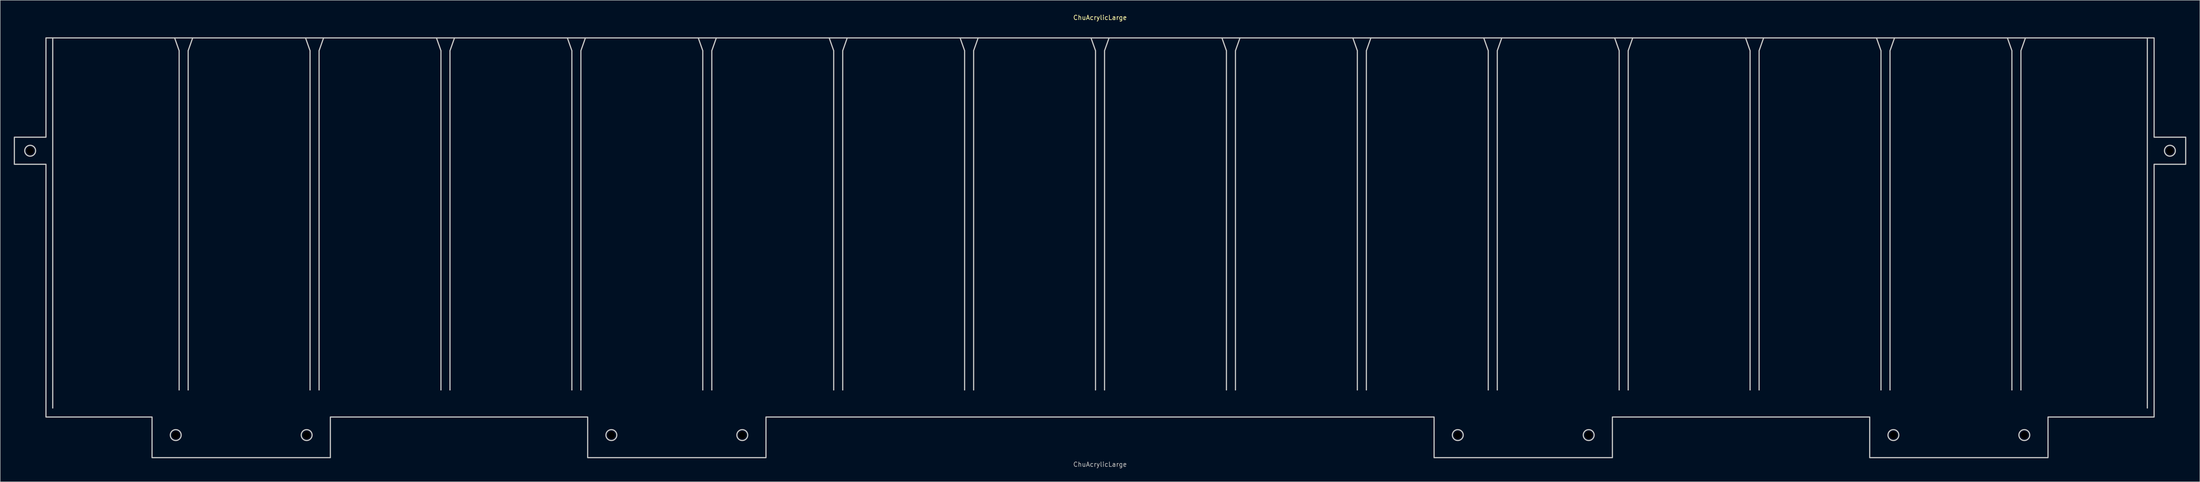
<source format=kicad_pcb>
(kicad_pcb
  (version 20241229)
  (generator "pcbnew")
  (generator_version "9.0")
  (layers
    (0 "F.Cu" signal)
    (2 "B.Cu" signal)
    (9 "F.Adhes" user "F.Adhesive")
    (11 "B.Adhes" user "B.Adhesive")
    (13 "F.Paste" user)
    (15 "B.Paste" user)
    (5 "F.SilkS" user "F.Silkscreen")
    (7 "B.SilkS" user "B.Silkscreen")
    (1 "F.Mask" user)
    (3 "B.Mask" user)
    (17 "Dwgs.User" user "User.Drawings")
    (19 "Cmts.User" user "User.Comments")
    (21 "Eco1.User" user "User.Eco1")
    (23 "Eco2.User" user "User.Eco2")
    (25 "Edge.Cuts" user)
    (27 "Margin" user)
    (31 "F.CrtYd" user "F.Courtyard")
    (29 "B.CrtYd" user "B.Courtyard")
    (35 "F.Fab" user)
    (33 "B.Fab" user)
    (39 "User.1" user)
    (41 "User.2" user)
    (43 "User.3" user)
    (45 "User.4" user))
  (footprint "ChuAcrylicLarge"
    (layer "F.Cu")
    (at 240.632 51.848)
    (property "Reference" "ChuAcrylicLarge" (at 0 -51 0) (unlocked yes) (layer "F.SilkS") (effects (font (size 1 1) (thickness 0.15))))
    (fp_poly (pts (xy 113.5 37.5) (xy 170.5 37.5) (xy 170.5 46.5) (xy 210 46.5) (xy 210 37.5) (xy 233.5 37.5) (xy 233.5 -18.5) (xy 240.5 -18.5) (xy 240.5 -24.5) (xy 233.5 -24.5) (xy 233.5 -46.5) (xy -233.5 -46.5) (xy -233.5 -24.5) (xy -240.5 -24.5) (xy -240.5 -18.5) (xy -233.5 -18.5) (xy -233.5 37.5) (xy -210 37.5) (xy -210 46.5) (xy -170.5 46.5) (xy -170.5 37.5) (xy -113.5 37.5) (xy -113.5 46.5) (xy -74 46.5) (xy -74 37.5) (xy 74 37.5) (xy 74 46.5) (xy 113.5 46.5)) (stroke (width 0.1) (type solid)) (fill no) (layer "F.SilkS"))
    (fp_line (start -232 -46.5) (end -232 35.5) (stroke (width 0.265) (type solid) (color 255 0 0 1)) (layer "Dwgs.User"))
    (fp_line (start -205 -46.5) (end -204 -43.664) (stroke (width 0.265) (type solid) (color 255 0 0 1)) (layer "Dwgs.User"))
    (fp_line (start -204 -43.664) (end -204 31.5) (stroke (width 0.265) (type solid) (color 255 0 0 1)) (layer "Dwgs.User"))
    (fp_line (start -202 -43.664) (end -202 31.5) (stroke (width 0.265) (type solid) (color 255 0 0 1)) (layer "Dwgs.User"))
    (fp_line (start -201 -46.5) (end -202 -43.664) (stroke (width 0.265) (type solid) (color 255 0 0 1)) (layer "Dwgs.User"))
    (fp_line (start -176 -46.5) (end -175 -43.664) (stroke (width 0.265) (type solid) (color 255 0 0 1)) (layer "Dwgs.User"))
    (fp_line (start -175 -43.664) (end -175 31.5) (stroke (width 0.265) (type solid) (color 255 0 0 1)) (layer "Dwgs.User"))
    (fp_line (start -173 -43.664) (end -173 31.5) (stroke (width 0.265) (type solid) (color 255 0 0 1)) (layer "Dwgs.User"))
    (fp_line (start -172 -46.5) (end -173 -43.664) (stroke (width 0.265) (type solid) (color 255 0 0 1)) (layer "Dwgs.User"))
    (fp_line (start -147 -46.5) (end -146 -43.664) (stroke (width 0.265) (type solid) (color 255 0 0 1)) (layer "Dwgs.User"))
    (fp_line (start -146 -43.664) (end -146 31.5) (stroke (width 0.265) (type solid) (color 255 0 0 1)) (layer "Dwgs.User"))
    (fp_line (start -144 -43.664) (end -144 31.5) (stroke (width 0.265) (type solid) (color 255 0 0 1)) (layer "Dwgs.User"))
    (fp_line (start -143 -46.5) (end -144 -43.664) (stroke (width 0.265) (type solid) (color 255 0 0 1)) (layer "Dwgs.User"))
    (fp_line (start -118 -46.5) (end -117 -43.664) (stroke (width 0.265) (type solid) (color 255 0 0 1)) (layer "Dwgs.User"))
    (fp_line (start -117 -43.664) (end -117 31.5) (stroke (width 0.265) (type solid) (color 255 0 0 1)) (layer "Dwgs.User"))
    (fp_line (start -115 -43.664) (end -115 31.5) (stroke (width 0.265) (type solid) (color 255 0 0 1)) (layer "Dwgs.User"))
    (fp_line (start -114 -46.5) (end -115 -43.664) (stroke (width 0.265) (type solid) (color 255 0 0 1)) (layer "Dwgs.User"))
    (fp_line (start -89 -46.5) (end -88 -43.664) (stroke (width 0.265) (type solid) (color 255 0 0 1)) (layer "Dwgs.User"))
    (fp_line (start -88 -43.664) (end -88 31.5) (stroke (width 0.265) (type solid) (color 255 0 0 1)) (layer "Dwgs.User"))
    (fp_line (start -86 -43.664) (end -86 31.5) (stroke (width 0.265) (type solid) (color 255 0 0 1)) (layer "Dwgs.User"))
    (fp_line (start -85 -46.5) (end -86 -43.664) (stroke (width 0.265) (type solid) (color 255 0 0 1)) (layer "Dwgs.User"))
    (fp_line (start -60 -46.5) (end -59 -43.664) (stroke (width 0.265) (type solid) (color 255 0 0 1)) (layer "Dwgs.User"))
    (fp_line (start -59 -43.664) (end -59 31.5) (stroke (width 0.265) (type solid) (color 255 0 0 1)) (layer "Dwgs.User"))
    (fp_line (start -57 -43.664) (end -57 31.5) (stroke (width 0.265) (type solid) (color 255 0 0 1)) (layer "Dwgs.User"))
    (fp_line (start -56 -46.5) (end -57 -43.664) (stroke (width 0.265) (type solid) (color 255 0 0 1)) (layer "Dwgs.User"))
    (fp_line (start -31 -46.5) (end -30 -43.664) (stroke (width 0.265) (type solid) (color 255 0 0 1)) (layer "Dwgs.User"))
    (fp_line (start -30 -43.664) (end -30 31.5) (stroke (width 0.265) (type solid) (color 255 0 0 1)) (layer "Dwgs.User"))
    (fp_line (start -28 -43.664) (end -28 31.5) (stroke (width 0.265) (type solid) (color 255 0 0 1)) (layer "Dwgs.User"))
    (fp_line (start -27 -46.5) (end -28 -43.664) (stroke (width 0.265) (type solid) (color 255 0 0 1)) (layer "Dwgs.User"))
    (fp_line (start -2 -46.5) (end -1 -43.664) (stroke (width 0.265) (type solid) (color 255 0 0 1)) (layer "Dwgs.User"))
    (fp_line (start -1 -43.664) (end -1 31.5) (stroke (width 0.265) (type solid) (color 255 0 0 1)) (layer "Dwgs.User"))
    (fp_line (start 1 -43.664) (end 1 31.5) (stroke (width 0.265) (type solid) (color 255 0 0 1)) (layer "Dwgs.User"))
    (fp_line (start 2 -46.5) (end 1 -43.664) (stroke (width 0.265) (type solid) (color 255 0 0 1)) (layer "Dwgs.User"))
    (fp_line (start 27 -46.5) (end 28 -43.664) (stroke (width 0.265) (type solid) (color 255 0 0 1)) (layer "Dwgs.User"))
    (fp_line (start 28 -43.664) (end 28 31.5) (stroke (width 0.265) (type solid) (color 255 0 0 1)) (layer "Dwgs.User"))
    (fp_line (start 30 -43.664) (end 30 31.5) (stroke (width 0.265) (type solid) (color 255 0 0 1)) (layer "Dwgs.User"))
    (fp_line (start 31 -46.5) (end 30 -43.664) (stroke (width 0.265) (type solid) (color 255 0 0 1)) (layer "Dwgs.User"))
    (fp_line (start 56 -46.5) (end 57 -43.664) (stroke (width 0.265) (type solid) (color 255 0 0 1)) (layer "Dwgs.User"))
    (fp_line (start 57 -43.664) (end 57 31.5) (stroke (width 0.265) (type solid) (color 255 0 0 1)) (layer "Dwgs.User"))
    (fp_line (start 59 -43.664) (end 59 31.5) (stroke (width 0.265) (type solid) (color 255 0 0 1)) (layer "Dwgs.User"))
    (fp_line (start 60 -46.5) (end 59 -43.664) (stroke (width 0.265) (type solid) (color 255 0 0 1)) (layer "Dwgs.User"))
    (fp_line (start 85 -46.5) (end 86 -43.664) (stroke (width 0.265) (type solid) (color 255 0 0 1)) (layer "Dwgs.User"))
    (fp_line (start 86 -43.664) (end 86 31.5) (stroke (width 0.265) (type solid) (color 255 0 0 1)) (layer "Dwgs.User"))
    (fp_line (start 88 -43.664) (end 88 31.5) (stroke (width 0.265) (type solid) (color 255 0 0 1)) (layer "Dwgs.User"))
    (fp_line (start 89 -46.5) (end 88 -43.664) (stroke (width 0.265) (type solid) (color 255 0 0 1)) (layer "Dwgs.User"))
    (fp_line (start 114 -46.5) (end 115 -43.664) (stroke (width 0.265) (type solid) (color 255 0 0 1)) (layer "Dwgs.User"))
    (fp_line (start 115 -43.664) (end 115 31.5) (stroke (width 0.265) (type solid) (color 255 0 0 1)) (layer "Dwgs.User"))
    (fp_line (start 117 -43.664) (end 117 31.5) (stroke (width 0.265) (type solid) (color 255 0 0 1)) (layer "Dwgs.User"))
    (fp_line (start 118 -46.5) (end 117 -43.664) (stroke (width 0.265) (type solid) (color 255 0 0 1)) (layer "Dwgs.User"))
    (fp_line (start 143 -46.5) (end 144 -43.664) (stroke (width 0.265) (type solid) (color 255 0 0 1)) (layer "Dwgs.User"))
    (fp_line (start 144 -43.664) (end 144 31.5) (stroke (width 0.265) (type solid) (color 255 0 0 1)) (layer "Dwgs.User"))
    (fp_line (start 146 -43.664) (end 146 31.5) (stroke (width 0.265) (type solid) (color 255 0 0 1)) (layer "Dwgs.User"))
    (fp_line (start 147 -46.5) (end 146 -43.664) (stroke (width 0.265) (type solid) (color 255 0 0 1)) (layer "Dwgs.User"))
    (fp_line (start 172 -46.5) (end 173 -43.664) (stroke (width 0.265) (type solid) (color 255 0 0 1)) (layer "Dwgs.User"))
    (fp_line (start 173 -43.664) (end 173 31.5) (stroke (width 0.265) (type solid) (color 255 0 0 1)) (layer "Dwgs.User"))
    (fp_line (start 175 -43.664) (end 175 31.5) (stroke (width 0.265) (type solid) (color 255 0 0 1)) (layer "Dwgs.User"))
    (fp_line (start 176 -46.5) (end 175 -43.664) (stroke (width 0.265) (type solid) (color 255 0 0 1)) (layer "Dwgs.User"))
    (fp_line (start 201 -46.5) (end 202 -43.664) (stroke (width 0.265) (type solid) (color 255 0 0 1)) (layer "Dwgs.User"))
    (fp_line (start 202 -43.664) (end 202 31.5) (stroke (width 0.265) (type solid) (color 255 0 0 1)) (layer "Dwgs.User"))
    (fp_line (start 204 -43.664) (end 204 31.5) (stroke (width 0.265) (type solid) (color 255 0 0 1)) (layer "Dwgs.User"))
    (fp_line (start 205 -46.5) (end 204 -43.664) (stroke (width 0.265) (type solid) (color 255 0 0 1)) (layer "Dwgs.User"))
    (fp_line (start 232 -46.5) (end 232 35.5) (stroke (width 0.265) (type solid) (color 255 0 0 1)) (layer "Dwgs.User"))
    (fp_poly (pts (xy 233.5 -24.5) (xy 240.5 -24.5) (xy 240.5 -18.5) (xy 233.5 -18.5) (xy 233.5 37.5) (xy 210 37.5) (xy 210 46.5) (xy 170.5 46.5) (xy 170.5 37.5) (xy 113.5 37.5) (xy 113.5 46.5) (xy 74 46.5) (xy 74 37.5) (xy -74 37.5) (xy -74 46.5) (xy -113.5 46.5) (xy -113.5 37.5) (xy -170.5 37.5) (xy -170.5 46.5) (xy -210 46.5) (xy -210 37.5) (xy -233.5 37.5) (xy -233.5 -18.5) (xy -240.5 -18.5) (xy -240.5 -24.5) (xy -233.5 -24.5) (xy -233.5 -46.5) (xy 115 -46.5) (xy 233.5 -46.5)) (stroke (width 0.265) (type solid)) (fill no) (layer "Dwgs.User"))
    (fp_poly (pts (xy -236.938 -22.698) (xy -236.877 -22.694) (xy -236.817 -22.686) (xy -236.758 -22.676) (xy -236.7 -22.662) (xy -236.643 -22.646) (xy -236.587 -22.627) (xy -236.533 -22.606) (xy -236.48 -22.582) (xy -236.428 -22.555) (xy -236.378 -22.526) (xy -236.329 -22.495) (xy -236.282 -22.462) (xy -236.237 -22.426) (xy -236.193 -22.388) (xy -236.151 -22.349) (xy -236.112 -22.307) (xy -236.074 -22.263) (xy -236.038 -22.218) (xy -236.005 -22.171) (xy -235.974 -22.122) (xy -235.945 -22.072) (xy -235.918 -22.02) (xy -235.894 -21.967) (xy -235.873 -21.913) (xy -235.854 -21.857) (xy -235.838 -21.8) (xy -235.824 -21.742) (xy -235.814 -21.683) (xy -235.806 -21.623) (xy -235.802 -21.562) (xy -235.8 -21.5) (xy -235.802 -21.438) (xy -235.806 -21.377) (xy -235.814 -21.317) (xy -235.824 -21.258) (xy -235.838 -21.2) (xy -235.854 -21.143) (xy -235.873 -21.087) (xy -235.894 -21.033) (xy -235.918 -20.98) (xy -235.945 -20.928) (xy -235.974 -20.878) (xy -236.005 -20.829) (xy -236.038 -20.782) (xy -236.074 -20.737) (xy -236.112 -20.693) (xy -236.151 -20.651) (xy -236.193 -20.612) (xy -236.237 -20.574) (xy -236.282 -20.538) (xy -236.329 -20.505) (xy -236.378 -20.474) (xy -236.428 -20.445) (xy -236.48 -20.418) (xy -236.533 -20.394) (xy -236.587 -20.373) (xy -236.643 -20.354) (xy -236.7 -20.338) (xy -236.758 -20.324) (xy -236.817 -20.314) (xy -236.877 -20.306) (xy -236.938 -20.302) (xy -237 -20.3) (xy -237.062 -20.302) (xy -237.123 -20.306) (xy -237.183 -20.314) (xy -237.242 -20.324) (xy -237.3 -20.338) (xy -237.357 -20.354) (xy -237.413 -20.373) (xy -237.467 -20.394) (xy -237.52 -20.418) (xy -237.572 -20.445) (xy -237.622 -20.474) (xy -237.671 -20.505) (xy -237.718 -20.538) (xy -237.763 -20.574) (xy -237.807 -20.612) (xy -237.849 -20.651) (xy -237.888 -20.693) (xy -237.926 -20.737) (xy -237.962 -20.782) (xy -237.995 -20.829) (xy -238.026 -20.878) (xy -238.055 -20.928) (xy -238.082 -20.98) (xy -238.106 -21.033) (xy -238.127 -21.087) (xy -238.146 -21.143) (xy -238.162 -21.2) (xy -238.176 -21.258) (xy -238.186 -21.317) (xy -238.194 -21.377) (xy -238.198 -21.438) (xy -238.2 -21.5) (xy -238.198 -21.562) (xy -238.194 -21.623) (xy -238.186 -21.683) (xy -238.176 -21.742) (xy -238.162 -21.8) (xy -238.146 -21.857) (xy -238.127 -21.913) (xy -238.106 -21.967) (xy -238.082 -22.02) (xy -238.055 -22.072) (xy -238.026 -22.122) (xy -237.995 -22.171) (xy -237.962 -22.218) (xy -237.926 -22.263) (xy -237.888 -22.307) (xy -237.849 -22.349) (xy -237.807 -22.388) (xy -237.763 -22.426) (xy -237.718 -22.462) (xy -237.671 -22.495) (xy -237.622 -22.526) (xy -237.572 -22.555) (xy -237.52 -22.582) (xy -237.467 -22.606) (xy -237.413 -22.627) (xy -237.357 -22.646) (xy -237.3 -22.662) (xy -237.242 -22.676) (xy -237.183 -22.686) (xy -237.123 -22.694) (xy -237.062 -22.698) (xy -237 -22.7)) (stroke (width 0.265) (type solid) (color 0 0 30 1)) (fill no) (layer "Dwgs.User"))
    (fp_poly (pts (xy -204.688 40.302) (xy -204.627 40.306) (xy -204.567 40.314) (xy -204.508 40.324) (xy -204.45 40.338) (xy -204.393 40.354) (xy -204.337 40.373) (xy -204.283 40.394) (xy -204.23 40.418) (xy -204.178 40.445) (xy -204.128 40.474) (xy -204.079 40.505) (xy -204.032 40.538) (xy -203.987 40.574) (xy -203.943 40.612) (xy -203.901 40.651) (xy -203.862 40.693) (xy -203.824 40.737) (xy -203.788 40.782) (xy -203.755 40.829) (xy -203.724 40.878) (xy -203.695 40.928) (xy -203.668 40.98) (xy -203.644 41.033) (xy -203.623 41.087) (xy -203.604 41.143) (xy -203.588 41.2) (xy -203.574 41.258) (xy -203.564 41.317) (xy -203.556 41.377) (xy -203.552 41.438) (xy -203.55 41.5) (xy -203.552 41.562) (xy -203.556 41.623) (xy -203.564 41.683) (xy -203.574 41.742) (xy -203.588 41.8) (xy -203.604 41.857) (xy -203.623 41.913) (xy -203.644 41.967) (xy -203.668 42.02) (xy -203.695 42.072) (xy -203.724 42.122) (xy -203.755 42.171) (xy -203.788 42.218) (xy -203.824 42.263) (xy -203.862 42.307) (xy -203.901 42.349) (xy -203.943 42.388) (xy -203.987 42.426) (xy -204.032 42.462) (xy -204.079 42.495) (xy -204.128 42.526) (xy -204.178 42.555) (xy -204.23 42.582) (xy -204.283 42.606) (xy -204.337 42.627) (xy -204.393 42.646) (xy -204.45 42.662) (xy -204.508 42.676) (xy -204.567 42.686) (xy -204.627 42.694) (xy -204.688 42.698) (xy -204.75 42.7) (xy -204.812 42.698) (xy -204.873 42.694) (xy -204.933 42.686) (xy -204.992 42.676) (xy -205.05 42.662) (xy -205.107 42.646) (xy -205.163 42.627) (xy -205.217 42.606) (xy -205.27 42.582) (xy -205.322 42.555) (xy -205.372 42.526) (xy -205.421 42.495) (xy -205.468 42.462) (xy -205.513 42.426) (xy -205.557 42.388) (xy -205.599 42.349) (xy -205.638 42.307) (xy -205.676 42.263) (xy -205.712 42.218) (xy -205.745 42.171) (xy -205.776 42.122) (xy -205.805 42.072) (xy -205.832 42.02) (xy -205.856 41.967) (xy -205.877 41.913) (xy -205.896 41.857) (xy -205.912 41.8) (xy -205.926 41.742) (xy -205.936 41.683) (xy -205.944 41.623) (xy -205.948 41.562) (xy -205.95 41.5) (xy -205.948 41.438) (xy -205.944 41.377) (xy -205.936 41.317) (xy -205.926 41.258) (xy -205.912 41.2) (xy -205.896 41.143) (xy -205.877 41.087) (xy -205.856 41.033) (xy -205.832 40.98) (xy -205.805 40.928) (xy -205.776 40.878) (xy -205.745 40.829) (xy -205.712 40.782) (xy -205.676 40.737) (xy -205.638 40.693) (xy -205.599 40.651) (xy -205.557 40.612) (xy -205.513 40.574) (xy -205.468 40.538) (xy -205.421 40.505) (xy -205.372 40.474) (xy -205.322 40.445) (xy -205.27 40.418) (xy -205.217 40.394) (xy -205.163 40.373) (xy -205.107 40.354) (xy -205.05 40.338) (xy -204.992 40.324) (xy -204.933 40.314) (xy -204.873 40.306) (xy -204.812 40.302) (xy -204.75 40.3)) (stroke (width 0.265) (type solid) (color 0 0 30 1)) (fill no) (layer "Dwgs.User"))
    (fp_poly (pts (xy -175.688 40.302) (xy -175.627 40.306) (xy -175.567 40.314) (xy -175.508 40.324) (xy -175.45 40.338) (xy -175.393 40.354) (xy -175.337 40.373) (xy -175.283 40.394) (xy -175.23 40.418) (xy -175.178 40.445) (xy -175.128 40.474) (xy -175.079 40.505) (xy -175.032 40.538) (xy -174.987 40.574) (xy -174.943 40.612) (xy -174.901 40.651) (xy -174.862 40.693) (xy -174.824 40.737) (xy -174.788 40.782) (xy -174.755 40.829) (xy -174.724 40.878) (xy -174.695 40.928) (xy -174.668 40.98) (xy -174.644 41.033) (xy -174.623 41.087) (xy -174.604 41.143) (xy -174.588 41.2) (xy -174.574 41.258) (xy -174.564 41.317) (xy -174.556 41.377) (xy -174.552 41.438) (xy -174.55 41.5) (xy -174.552 41.562) (xy -174.556 41.623) (xy -174.564 41.683) (xy -174.574 41.742) (xy -174.588 41.8) (xy -174.604 41.857) (xy -174.623 41.913) (xy -174.644 41.967) (xy -174.668 42.02) (xy -174.695 42.072) (xy -174.724 42.122) (xy -174.755 42.171) (xy -174.788 42.218) (xy -174.824 42.263) (xy -174.862 42.307) (xy -174.901 42.349) (xy -174.943 42.388) (xy -174.987 42.426) (xy -175.032 42.462) (xy -175.079 42.495) (xy -175.128 42.526) (xy -175.178 42.555) (xy -175.23 42.582) (xy -175.283 42.606) (xy -175.337 42.627) (xy -175.393 42.646) (xy -175.45 42.662) (xy -175.508 42.676) (xy -175.567 42.686) (xy -175.627 42.694) (xy -175.688 42.698) (xy -175.75 42.7) (xy -175.812 42.698) (xy -175.873 42.694) (xy -175.933 42.686) (xy -175.992 42.676) (xy -176.05 42.662) (xy -176.107 42.646) (xy -176.163 42.627) (xy -176.217 42.606) (xy -176.27 42.582) (xy -176.322 42.555) (xy -176.372 42.526) (xy -176.421 42.495) (xy -176.468 42.462) (xy -176.513 42.426) (xy -176.557 42.388) (xy -176.599 42.349) (xy -176.638 42.307) (xy -176.676 42.263) (xy -176.712 42.218) (xy -176.745 42.171) (xy -176.776 42.122) (xy -176.805 42.072) (xy -176.832 42.02) (xy -176.856 41.967) (xy -176.877 41.913) (xy -176.896 41.857) (xy -176.912 41.8) (xy -176.926 41.742) (xy -176.936 41.683) (xy -176.944 41.623) (xy -176.948 41.562) (xy -176.95 41.5) (xy -176.948 41.438) (xy -176.944 41.377) (xy -176.936 41.317) (xy -176.926 41.258) (xy -176.912 41.2) (xy -176.896 41.143) (xy -176.877 41.087) (xy -176.856 41.033) (xy -176.832 40.98) (xy -176.805 40.928) (xy -176.776 40.878) (xy -176.745 40.829) (xy -176.712 40.782) (xy -176.676 40.737) (xy -176.638 40.693) (xy -176.599 40.651) (xy -176.557 40.612) (xy -176.513 40.574) (xy -176.468 40.538) (xy -176.421 40.505) (xy -176.372 40.474) (xy -176.322 40.445) (xy -176.27 40.418) (xy -176.217 40.394) (xy -176.163 40.373) (xy -176.107 40.354) (xy -176.05 40.338) (xy -175.992 40.324) (xy -175.933 40.314) (xy -175.873 40.306) (xy -175.812 40.302) (xy -175.75 40.3)) (stroke (width 0.265) (type solid) (color 0 0 30 1)) (fill no) (layer "Dwgs.User"))
    (fp_poly (pts (xy -108.188 40.302) (xy -108.127 40.306) (xy -108.067 40.314) (xy -108.008 40.324) (xy -107.95 40.338) (xy -107.893 40.354) (xy -107.837 40.373) (xy -107.783 40.394) (xy -107.73 40.418) (xy -107.678 40.445) (xy -107.628 40.474) (xy -107.579 40.505) (xy -107.532 40.538) (xy -107.487 40.574) (xy -107.443 40.612) (xy -107.401 40.651) (xy -107.362 40.693) (xy -107.324 40.737) (xy -107.288 40.782) (xy -107.255 40.829) (xy -107.224 40.878) (xy -107.195 40.928) (xy -107.168 40.98) (xy -107.144 41.033) (xy -107.123 41.087) (xy -107.104 41.143) (xy -107.088 41.2) (xy -107.074 41.258) (xy -107.064 41.317) (xy -107.056 41.377) (xy -107.052 41.438) (xy -107.05 41.5) (xy -107.052 41.562) (xy -107.056 41.623) (xy -107.064 41.683) (xy -107.074 41.742) (xy -107.088 41.8) (xy -107.104 41.857) (xy -107.123 41.913) (xy -107.144 41.967) (xy -107.168 42.02) (xy -107.195 42.072) (xy -107.224 42.122) (xy -107.255 42.171) (xy -107.288 42.218) (xy -107.324 42.263) (xy -107.362 42.307) (xy -107.401 42.349) (xy -107.443 42.388) (xy -107.487 42.426) (xy -107.532 42.462) (xy -107.579 42.495) (xy -107.628 42.526) (xy -107.678 42.555) (xy -107.73 42.582) (xy -107.783 42.606) (xy -107.837 42.627) (xy -107.893 42.646) (xy -107.95 42.662) (xy -108.008 42.676) (xy -108.067 42.686) (xy -108.127 42.694) (xy -108.188 42.698) (xy -108.25 42.7) (xy -108.312 42.698) (xy -108.373 42.694) (xy -108.433 42.686) (xy -108.492 42.676) (xy -108.55 42.662) (xy -108.607 42.646) (xy -108.663 42.627) (xy -108.717 42.606) (xy -108.77 42.582) (xy -108.822 42.555) (xy -108.872 42.526) (xy -108.921 42.495) (xy -108.968 42.462) (xy -109.013 42.426) (xy -109.057 42.388) (xy -109.099 42.349) (xy -109.138 42.307) (xy -109.176 42.263) (xy -109.212 42.218) (xy -109.245 42.171) (xy -109.276 42.122) (xy -109.305 42.072) (xy -109.332 42.02) (xy -109.356 41.967) (xy -109.377 41.913) (xy -109.396 41.857) (xy -109.412 41.8) (xy -109.426 41.742) (xy -109.436 41.683) (xy -109.444 41.623) (xy -109.448 41.562) (xy -109.45 41.5) (xy -109.448 41.438) (xy -109.444 41.377) (xy -109.436 41.317) (xy -109.426 41.258) (xy -109.412 41.2) (xy -109.396 41.143) (xy -109.377 41.087) (xy -109.356 41.033) (xy -109.332 40.98) (xy -109.305 40.928) (xy -109.276 40.878) (xy -109.245 40.829) (xy -109.212 40.782) (xy -109.176 40.737) (xy -109.138 40.693) (xy -109.099 40.651) (xy -109.057 40.612) (xy -109.013 40.574) (xy -108.968 40.538) (xy -108.921 40.505) (xy -108.872 40.474) (xy -108.822 40.445) (xy -108.77 40.418) (xy -108.717 40.394) (xy -108.663 40.373) (xy -108.607 40.354) (xy -108.55 40.338) (xy -108.492 40.324) (xy -108.433 40.314) (xy -108.373 40.306) (xy -108.312 40.302) (xy -108.25 40.3)) (stroke (width 0.265) (type solid) (color 0 0 30 1)) (fill no) (layer "Dwgs.User"))
    (fp_poly (pts (xy -79.188 40.302) (xy -79.127 40.306) (xy -79.067 40.314) (xy -79.008 40.324) (xy -78.95 40.338) (xy -78.893 40.354) (xy -78.837 40.373) (xy -78.783 40.394) (xy -78.73 40.418) (xy -78.678 40.445) (xy -78.628 40.474) (xy -78.579 40.505) (xy -78.532 40.538) (xy -78.487 40.574) (xy -78.443 40.612) (xy -78.401 40.651) (xy -78.362 40.693) (xy -78.324 40.737) (xy -78.288 40.782) (xy -78.255 40.829) (xy -78.224 40.878) (xy -78.195 40.928) (xy -78.168 40.98) (xy -78.144 41.033) (xy -78.123 41.087) (xy -78.104 41.143) (xy -78.088 41.2) (xy -78.074 41.258) (xy -78.064 41.317) (xy -78.056 41.377) (xy -78.052 41.438) (xy -78.05 41.5) (xy -78.052 41.562) (xy -78.056 41.623) (xy -78.064 41.683) (xy -78.074 41.742) (xy -78.088 41.8) (xy -78.104 41.857) (xy -78.123 41.913) (xy -78.144 41.967) (xy -78.168 42.02) (xy -78.195 42.072) (xy -78.224 42.122) (xy -78.255 42.171) (xy -78.288 42.218) (xy -78.324 42.263) (xy -78.362 42.307) (xy -78.401 42.349) (xy -78.443 42.388) (xy -78.487 42.426) (xy -78.532 42.462) (xy -78.579 42.495) (xy -78.628 42.526) (xy -78.678 42.555) (xy -78.73 42.582) (xy -78.783 42.606) (xy -78.837 42.627) (xy -78.893 42.646) (xy -78.95 42.662) (xy -79.008 42.676) (xy -79.067 42.686) (xy -79.127 42.694) (xy -79.188 42.698) (xy -79.25 42.7) (xy -79.312 42.698) (xy -79.373 42.694) (xy -79.433 42.686) (xy -79.492 42.676) (xy -79.55 42.662) (xy -79.607 42.646) (xy -79.663 42.627) (xy -79.717 42.606) (xy -79.77 42.582) (xy -79.822 42.555) (xy -79.872 42.526) (xy -79.921 42.495) (xy -79.968 42.462) (xy -80.013 42.426) (xy -80.057 42.388) (xy -80.099 42.349) (xy -80.138 42.307) (xy -80.176 42.263) (xy -80.212 42.218) (xy -80.245 42.171) (xy -80.276 42.122) (xy -80.305 42.072) (xy -80.332 42.02) (xy -80.356 41.967) (xy -80.377 41.913) (xy -80.396 41.857) (xy -80.412 41.8) (xy -80.426 41.742) (xy -80.436 41.683) (xy -80.444 41.623) (xy -80.448 41.562) (xy -80.45 41.5) (xy -80.448 41.438) (xy -80.444 41.377) (xy -80.436 41.317) (xy -80.426 41.258) (xy -80.412 41.2) (xy -80.396 41.143) (xy -80.377 41.087) (xy -80.356 41.033) (xy -80.332 40.98) (xy -80.305 40.928) (xy -80.276 40.878) (xy -80.245 40.829) (xy -80.212 40.782) (xy -80.176 40.737) (xy -80.138 40.693) (xy -80.099 40.651) (xy -80.057 40.612) (xy -80.013 40.574) (xy -79.968 40.538) (xy -79.921 40.505) (xy -79.872 40.474) (xy -79.822 40.445) (xy -79.77 40.418) (xy -79.717 40.394) (xy -79.663 40.373) (xy -79.607 40.354) (xy -79.55 40.338) (xy -79.492 40.324) (xy -79.433 40.314) (xy -79.373 40.306) (xy -79.312 40.302) (xy -79.25 40.3)) (stroke (width 0.265) (type solid) (color 0 0 30 1)) (fill no) (layer "Dwgs.User"))
    (fp_poly (pts (xy 79.312 40.302) (xy 79.373 40.306) (xy 79.433 40.314) (xy 79.492 40.324) (xy 79.55 40.338) (xy 79.607 40.354) (xy 79.663 40.373) (xy 79.717 40.394) (xy 79.77 40.418) (xy 79.822 40.445) (xy 79.872 40.474) (xy 79.921 40.505) (xy 79.968 40.538) (xy 80.013 40.574) (xy 80.057 40.612) (xy 80.099 40.651) (xy 80.138 40.693) (xy 80.176 40.737) (xy 80.212 40.782) (xy 80.245 40.829) (xy 80.276 40.878) (xy 80.305 40.928) (xy 80.332 40.98) (xy 80.356 41.033) (xy 80.377 41.087) (xy 80.396 41.143) (xy 80.412 41.2) (xy 80.426 41.258) (xy 80.436 41.317) (xy 80.444 41.377) (xy 80.448 41.438) (xy 80.45 41.5) (xy 80.448 41.562) (xy 80.444 41.623) (xy 80.436 41.683) (xy 80.426 41.742) (xy 80.412 41.8) (xy 80.396 41.857) (xy 80.377 41.913) (xy 80.356 41.967) (xy 80.332 42.02) (xy 80.305 42.072) (xy 80.276 42.122) (xy 80.245 42.171) (xy 80.212 42.218) (xy 80.176 42.263) (xy 80.138 42.307) (xy 80.099 42.349) (xy 80.057 42.388) (xy 80.013 42.426) (xy 79.968 42.462) (xy 79.921 42.495) (xy 79.872 42.526) (xy 79.822 42.555) (xy 79.77 42.582) (xy 79.717 42.606) (xy 79.663 42.627) (xy 79.607 42.646) (xy 79.55 42.662) (xy 79.492 42.676) (xy 79.433 42.686) (xy 79.373 42.694) (xy 79.312 42.698) (xy 79.25 42.7) (xy 79.188 42.698) (xy 79.127 42.694) (xy 79.067 42.686) (xy 79.008 42.676) (xy 78.95 42.662) (xy 78.893 42.646) (xy 78.837 42.627) (xy 78.783 42.606) (xy 78.73 42.582) (xy 78.678 42.555) (xy 78.628 42.526) (xy 78.579 42.495) (xy 78.532 42.462) (xy 78.487 42.426) (xy 78.443 42.388) (xy 78.401 42.349) (xy 78.362 42.307) (xy 78.324 42.263) (xy 78.288 42.218) (xy 78.255 42.171) (xy 78.224 42.122) (xy 78.195 42.072) (xy 78.168 42.02) (xy 78.144 41.967) (xy 78.123 41.913) (xy 78.104 41.857) (xy 78.088 41.8) (xy 78.074 41.742) (xy 78.064 41.683) (xy 78.056 41.623) (xy 78.052 41.562) (xy 78.05 41.5) (xy 78.052 41.438) (xy 78.056 41.377) (xy 78.064 41.317) (xy 78.074 41.258) (xy 78.088 41.2) (xy 78.104 41.143) (xy 78.123 41.087) (xy 78.144 41.033) (xy 78.168 40.98) (xy 78.195 40.928) (xy 78.224 40.878) (xy 78.255 40.829) (xy 78.288 40.782) (xy 78.324 40.737) (xy 78.362 40.693) (xy 78.401 40.651) (xy 78.443 40.612) (xy 78.487 40.574) (xy 78.532 40.538) (xy 78.579 40.505) (xy 78.628 40.474) (xy 78.678 40.445) (xy 78.73 40.418) (xy 78.783 40.394) (xy 78.837 40.373) (xy 78.893 40.354) (xy 78.95 40.338) (xy 79.008 40.324) (xy 79.067 40.314) (xy 79.127 40.306) (xy 79.188 40.302) (xy 79.25 40.3)) (stroke (width 0.265) (type solid) (color 0 0 30 1)) (fill no) (layer "Dwgs.User"))
    (fp_poly (pts (xy 108.312 40.302) (xy 108.373 40.306) (xy 108.433 40.314) (xy 108.492 40.324) (xy 108.55 40.338) (xy 108.607 40.354) (xy 108.663 40.373) (xy 108.717 40.394) (xy 108.77 40.418) (xy 108.822 40.445) (xy 108.872 40.474) (xy 108.921 40.505) (xy 108.968 40.538) (xy 109.013 40.574) (xy 109.057 40.612) (xy 109.099 40.651) (xy 109.138 40.693) (xy 109.176 40.737) (xy 109.212 40.782) (xy 109.245 40.829) (xy 109.276 40.878) (xy 109.305 40.928) (xy 109.332 40.98) (xy 109.356 41.033) (xy 109.377 41.087) (xy 109.396 41.143) (xy 109.412 41.2) (xy 109.426 41.258) (xy 109.436 41.317) (xy 109.444 41.377) (xy 109.448 41.438) (xy 109.45 41.5) (xy 109.448 41.562) (xy 109.444 41.623) (xy 109.436 41.683) (xy 109.426 41.742) (xy 109.412 41.8) (xy 109.396 41.857) (xy 109.377 41.913) (xy 109.356 41.967) (xy 109.332 42.02) (xy 109.305 42.072) (xy 109.276 42.122) (xy 109.245 42.171) (xy 109.212 42.218) (xy 109.176 42.263) (xy 109.138 42.307) (xy 109.099 42.349) (xy 109.057 42.388) (xy 109.013 42.426) (xy 108.968 42.462) (xy 108.921 42.495) (xy 108.872 42.526) (xy 108.822 42.555) (xy 108.77 42.582) (xy 108.717 42.606) (xy 108.663 42.627) (xy 108.607 42.646) (xy 108.55 42.662) (xy 108.492 42.676) (xy 108.433 42.686) (xy 108.373 42.694) (xy 108.312 42.698) (xy 108.25 42.7) (xy 108.188 42.698) (xy 108.127 42.694) (xy 108.067 42.686) (xy 108.008 42.676) (xy 107.95 42.662) (xy 107.893 42.646) (xy 107.837 42.627) (xy 107.783 42.606) (xy 107.73 42.582) (xy 107.678 42.555) (xy 107.628 42.526) (xy 107.579 42.495) (xy 107.532 42.462) (xy 107.487 42.426) (xy 107.443 42.388) (xy 107.401 42.349) (xy 107.362 42.307) (xy 107.324 42.263) (xy 107.288 42.218) (xy 107.255 42.171) (xy 107.224 42.122) (xy 107.195 42.072) (xy 107.168 42.02) (xy 107.144 41.967) (xy 107.123 41.913) (xy 107.104 41.857) (xy 107.088 41.8) (xy 107.074 41.742) (xy 107.064 41.683) (xy 107.056 41.623) (xy 107.052 41.562) (xy 107.05 41.5) (xy 107.052 41.438) (xy 107.056 41.377) (xy 107.064 41.317) (xy 107.074 41.258) (xy 107.088 41.2) (xy 107.104 41.143) (xy 107.123 41.087) (xy 107.144 41.033) (xy 107.168 40.98) (xy 107.195 40.928) (xy 107.224 40.878) (xy 107.255 40.829) (xy 107.288 40.782) (xy 107.324 40.737) (xy 107.362 40.693) (xy 107.401 40.651) (xy 107.443 40.612) (xy 107.487 40.574) (xy 107.532 40.538) (xy 107.579 40.505) (xy 107.628 40.474) (xy 107.678 40.445) (xy 107.73 40.418) (xy 107.783 40.394) (xy 107.837 40.373) (xy 107.893 40.354) (xy 107.95 40.338) (xy 108.008 40.324) (xy 108.067 40.314) (xy 108.127 40.306) (xy 108.188 40.302) (xy 108.25 40.3)) (stroke (width 0.265) (type solid) (color 0 0 30 1)) (fill no) (layer "Dwgs.User"))
    (fp_poly (pts (xy 175.812 40.302) (xy 175.873 40.306) (xy 175.933 40.314) (xy 175.992 40.324) (xy 176.05 40.338) (xy 176.107 40.354) (xy 176.163 40.373) (xy 176.217 40.394) (xy 176.27 40.418) (xy 176.322 40.445) (xy 176.372 40.474) (xy 176.421 40.505) (xy 176.468 40.538) (xy 176.513 40.574) (xy 176.557 40.612) (xy 176.599 40.651) (xy 176.638 40.693) (xy 176.676 40.737) (xy 176.712 40.782) (xy 176.745 40.829) (xy 176.776 40.878) (xy 176.805 40.928) (xy 176.832 40.98) (xy 176.856 41.033) (xy 176.877 41.087) (xy 176.896 41.143) (xy 176.912 41.2) (xy 176.926 41.258) (xy 176.936 41.317) (xy 176.944 41.377) (xy 176.948 41.438) (xy 176.95 41.5) (xy 176.948 41.562) (xy 176.944 41.623) (xy 176.936 41.683) (xy 176.926 41.742) (xy 176.912 41.8) (xy 176.896 41.857) (xy 176.877 41.913) (xy 176.856 41.967) (xy 176.832 42.02) (xy 176.805 42.072) (xy 176.776 42.122) (xy 176.745 42.171) (xy 176.712 42.218) (xy 176.676 42.263) (xy 176.638 42.307) (xy 176.599 42.349) (xy 176.557 42.388) (xy 176.513 42.426) (xy 176.468 42.462) (xy 176.421 42.495) (xy 176.372 42.526) (xy 176.322 42.555) (xy 176.27 42.582) (xy 176.217 42.606) (xy 176.163 42.627) (xy 176.107 42.646) (xy 176.05 42.662) (xy 175.992 42.676) (xy 175.933 42.686) (xy 175.873 42.694) (xy 175.812 42.698) (xy 175.75 42.7) (xy 175.688 42.698) (xy 175.627 42.694) (xy 175.567 42.686) (xy 175.508 42.676) (xy 175.45 42.662) (xy 175.393 42.646) (xy 175.337 42.627) (xy 175.283 42.606) (xy 175.23 42.582) (xy 175.178 42.555) (xy 175.128 42.526) (xy 175.079 42.495) (xy 175.032 42.462) (xy 174.987 42.426) (xy 174.943 42.388) (xy 174.901 42.349) (xy 174.862 42.307) (xy 174.824 42.263) (xy 174.788 42.218) (xy 174.755 42.171) (xy 174.724 42.122) (xy 174.695 42.072) (xy 174.668 42.02) (xy 174.644 41.967) (xy 174.623 41.913) (xy 174.604 41.857) (xy 174.588 41.8) (xy 174.574 41.742) (xy 174.564 41.683) (xy 174.556 41.623) (xy 174.552 41.562) (xy 174.55 41.5) (xy 174.552 41.438) (xy 174.556 41.377) (xy 174.564 41.317) (xy 174.574 41.258) (xy 174.588 41.2) (xy 174.604 41.143) (xy 174.623 41.087) (xy 174.644 41.033) (xy 174.668 40.98) (xy 174.695 40.928) (xy 174.724 40.878) (xy 174.755 40.829) (xy 174.788 40.782) (xy 174.824 40.737) (xy 174.862 40.693) (xy 174.901 40.651) (xy 174.943 40.612) (xy 174.987 40.574) (xy 175.032 40.538) (xy 175.079 40.505) (xy 175.128 40.474) (xy 175.178 40.445) (xy 175.23 40.418) (xy 175.283 40.394) (xy 175.337 40.373) (xy 175.393 40.354) (xy 175.45 40.338) (xy 175.508 40.324) (xy 175.567 40.314) (xy 175.627 40.306) (xy 175.688 40.302) (xy 175.75 40.3)) (stroke (width 0.265) (type solid) (color 0 0 30 1)) (fill no) (layer "Dwgs.User"))
    (fp_poly (pts (xy 204.812 40.302) (xy 204.873 40.306) (xy 204.933 40.314) (xy 204.992 40.324) (xy 205.05 40.338) (xy 205.107 40.354) (xy 205.163 40.373) (xy 205.217 40.394) (xy 205.27 40.418) (xy 205.322 40.445) (xy 205.372 40.474) (xy 205.421 40.505) (xy 205.468 40.538) (xy 205.513 40.574) (xy 205.557 40.612) (xy 205.599 40.651) (xy 205.638 40.693) (xy 205.676 40.737) (xy 205.712 40.782) (xy 205.745 40.829) (xy 205.776 40.878) (xy 205.805 40.928) (xy 205.832 40.98) (xy 205.856 41.033) (xy 205.877 41.087) (xy 205.896 41.143) (xy 205.912 41.2) (xy 205.926 41.258) (xy 205.936 41.317) (xy 205.944 41.377) (xy 205.948 41.438) (xy 205.95 41.5) (xy 205.948 41.562) (xy 205.944 41.623) (xy 205.936 41.683) (xy 205.926 41.742) (xy 205.912 41.8) (xy 205.896 41.857) (xy 205.877 41.913) (xy 205.856 41.967) (xy 205.832 42.02) (xy 205.805 42.072) (xy 205.776 42.122) (xy 205.745 42.171) (xy 205.712 42.218) (xy 205.676 42.263) (xy 205.638 42.307) (xy 205.599 42.349) (xy 205.557 42.388) (xy 205.513 42.426) (xy 205.468 42.462) (xy 205.421 42.495) (xy 205.372 42.526) (xy 205.322 42.555) (xy 205.27 42.582) (xy 205.217 42.606) (xy 205.163 42.627) (xy 205.107 42.646) (xy 205.05 42.662) (xy 204.992 42.676) (xy 204.933 42.686) (xy 204.873 42.694) (xy 204.812 42.698) (xy 204.75 42.7) (xy 204.688 42.698) (xy 204.627 42.694) (xy 204.567 42.686) (xy 204.508 42.676) (xy 204.45 42.662) (xy 204.393 42.646) (xy 204.337 42.627) (xy 204.283 42.606) (xy 204.23 42.582) (xy 204.178 42.555) (xy 204.128 42.526) (xy 204.079 42.495) (xy 204.032 42.462) (xy 203.987 42.426) (xy 203.943 42.388) (xy 203.901 42.349) (xy 203.862 42.307) (xy 203.824 42.263) (xy 203.788 42.218) (xy 203.755 42.171) (xy 203.724 42.122) (xy 203.695 42.072) (xy 203.668 42.02) (xy 203.644 41.967) (xy 203.623 41.913) (xy 203.604 41.857) (xy 203.588 41.8) (xy 203.574 41.742) (xy 203.564 41.683) (xy 203.556 41.623) (xy 203.552 41.562) (xy 203.55 41.5) (xy 203.552 41.438) (xy 203.556 41.377) (xy 203.564 41.317) (xy 203.574 41.258) (xy 203.588 41.2) (xy 203.604 41.143) (xy 203.623 41.087) (xy 203.644 41.033) (xy 203.668 40.98) (xy 203.695 40.928) (xy 203.724 40.878) (xy 203.755 40.829) (xy 203.788 40.782) (xy 203.824 40.737) (xy 203.862 40.693) (xy 203.901 40.651) (xy 203.943 40.612) (xy 203.987 40.574) (xy 204.032 40.538) (xy 204.079 40.505) (xy 204.128 40.474) (xy 204.178 40.445) (xy 204.23 40.418) (xy 204.283 40.394) (xy 204.337 40.373) (xy 204.393 40.354) (xy 204.45 40.338) (xy 204.508 40.324) (xy 204.567 40.314) (xy 204.627 40.306) (xy 204.688 40.302) (xy 204.75 40.3)) (stroke (width 0.265) (type solid) (color 0 0 30 1)) (fill no) (layer "Dwgs.User"))
    (fp_poly (pts (xy 237.062 -22.698) (xy 237.123 -22.694) (xy 237.183 -22.686) (xy 237.242 -22.676) (xy 237.3 -22.662) (xy 237.357 -22.646) (xy 237.413 -22.627) (xy 237.467 -22.606) (xy 237.52 -22.582) (xy 237.572 -22.555) (xy 237.622 -22.526) (xy 237.671 -22.495) (xy 237.718 -22.462) (xy 237.763 -22.426) (xy 237.807 -22.388) (xy 237.849 -22.349) (xy 237.888 -22.307) (xy 237.926 -22.263) (xy 237.962 -22.218) (xy 237.995 -22.171) (xy 238.026 -22.122) (xy 238.055 -22.072) (xy 238.082 -22.02) (xy 238.106 -21.967) (xy 238.127 -21.913) (xy 238.146 -21.857) (xy 238.162 -21.8) (xy 238.176 -21.742) (xy 238.186 -21.683) (xy 238.194 -21.623) (xy 238.198 -21.562) (xy 238.2 -21.5) (xy 238.198 -21.438) (xy 238.194 -21.377) (xy 238.186 -21.317) (xy 238.176 -21.258) (xy 238.162 -21.2) (xy 238.146 -21.143) (xy 238.127 -21.087) (xy 238.106 -21.033) (xy 238.082 -20.98) (xy 238.055 -20.928) (xy 238.026 -20.878) (xy 237.995 -20.829) (xy 237.962 -20.782) (xy 237.926 -20.737) (xy 237.888 -20.693) (xy 237.849 -20.651) (xy 237.807 -20.612) (xy 237.763 -20.574) (xy 237.718 -20.538) (xy 237.671 -20.505) (xy 237.622 -20.474) (xy 237.572 -20.445) (xy 237.52 -20.418) (xy 237.467 -20.394) (xy 237.413 -20.373) (xy 237.357 -20.354) (xy 237.3 -20.338) (xy 237.242 -20.324) (xy 237.183 -20.314) (xy 237.123 -20.306) (xy 237.062 -20.302) (xy 237 -20.3) (xy 236.938 -20.302) (xy 236.877 -20.306) (xy 236.817 -20.314) (xy 236.758 -20.324) (xy 236.7 -20.338) (xy 236.643 -20.354) (xy 236.587 -20.373) (xy 236.533 -20.394) (xy 236.48 -20.418) (xy 236.428 -20.445) (xy 236.378 -20.474) (xy 236.329 -20.505) (xy 236.282 -20.538) (xy 236.237 -20.574) (xy 236.193 -20.612) (xy 236.151 -20.651) (xy 236.112 -20.693) (xy 236.074 -20.737) (xy 236.038 -20.782) (xy 236.005 -20.829) (xy 235.974 -20.878) (xy 235.945 -20.928) (xy 235.918 -20.98) (xy 235.894 -21.033) (xy 235.873 -21.087) (xy 235.854 -21.143) (xy 235.838 -21.2) (xy 235.824 -21.258) (xy 235.814 -21.317) (xy 235.806 -21.377) (xy 235.802 -21.438) (xy 235.8 -21.5) (xy 235.802 -21.562) (xy 235.806 -21.623) (xy 235.814 -21.683) (xy 235.824 -21.742) (xy 235.838 -21.8) (xy 235.854 -21.857) (xy 235.873 -21.913) (xy 235.894 -21.967) (xy 235.918 -22.02) (xy 235.945 -22.072) (xy 235.974 -22.122) (xy 236.005 -22.171) (xy 236.038 -22.218) (xy 236.074 -22.263) (xy 236.112 -22.307) (xy 236.151 -22.349) (xy 236.193 -22.388) (xy 236.237 -22.426) (xy 236.282 -22.462) (xy 236.329 -22.495) (xy 236.378 -22.526) (xy 236.428 -22.555) (xy 236.48 -22.582) (xy 236.533 -22.606) (xy 236.587 -22.627) (xy 236.643 -22.646) (xy 236.7 -22.662) (xy 236.758 -22.676) (xy 236.817 -22.686) (xy 236.877 -22.694) (xy 236.938 -22.698) (xy 237 -22.7)) (stroke (width 0.265) (type solid) (color 0 0 30 1)) (fill no) (layer "Dwgs.User"))
    (fp_text user "${REFERENCE}" (at 0 48 0) (unlocked yes) (layer "F.Fab") (effects (font (size 1 1) (thickness 0.15))))
    (pad "" np_thru_hole circle (at -237 -21.5) (size 1.524 1.524) (drill 2.2) (layers "*.Mask"))
    (pad "" np_thru_hole circle (at -204.75 41.5) (size 1.524 1.524) (drill 2.2) (layers "*.Mask"))
    (pad "" np_thru_hole circle (at -175.75 41.5) (size 1.524 1.524) (drill 2.2) (layers "*.Mask"))
    (pad "" np_thru_hole circle (at -108.25 41.5) (size 1.524 1.524) (drill 2.2) (layers "*.Mask"))
    (pad "" np_thru_hole circle (at -79.25 41.5) (size 1.524 1.524) (drill 2.2) (layers "*.Mask"))
    (pad "" np_thru_hole circle (at 79.25 41.5) (size 1.524 1.524) (drill 2.2) (layers "*.Mask"))
    (pad "" np_thru_hole circle (at 108.25 41.5) (size 1.524 1.524) (drill 2.2) (layers "*.Mask"))
    (pad "" np_thru_hole circle (at 175.75 41.5) (size 1.524 1.524) (drill 2.2) (layers "*.Mask"))
    (pad "" np_thru_hole circle (at 204.75 41.5) (size 1.524 1.524) (drill 2.2) (layers "*.Mask"))
    (pad "" np_thru_hole circle (at 237 -21.5) (size 1.524 1.524) (drill 2.2) (layers "*.Mask")))
  (gr_rect
    (start -3 -3)
    (end 484.265 103.697)
    (stroke (width 0.1) (type default))
    (fill no)
    (layer "Edge.Cuts")))
</source>
